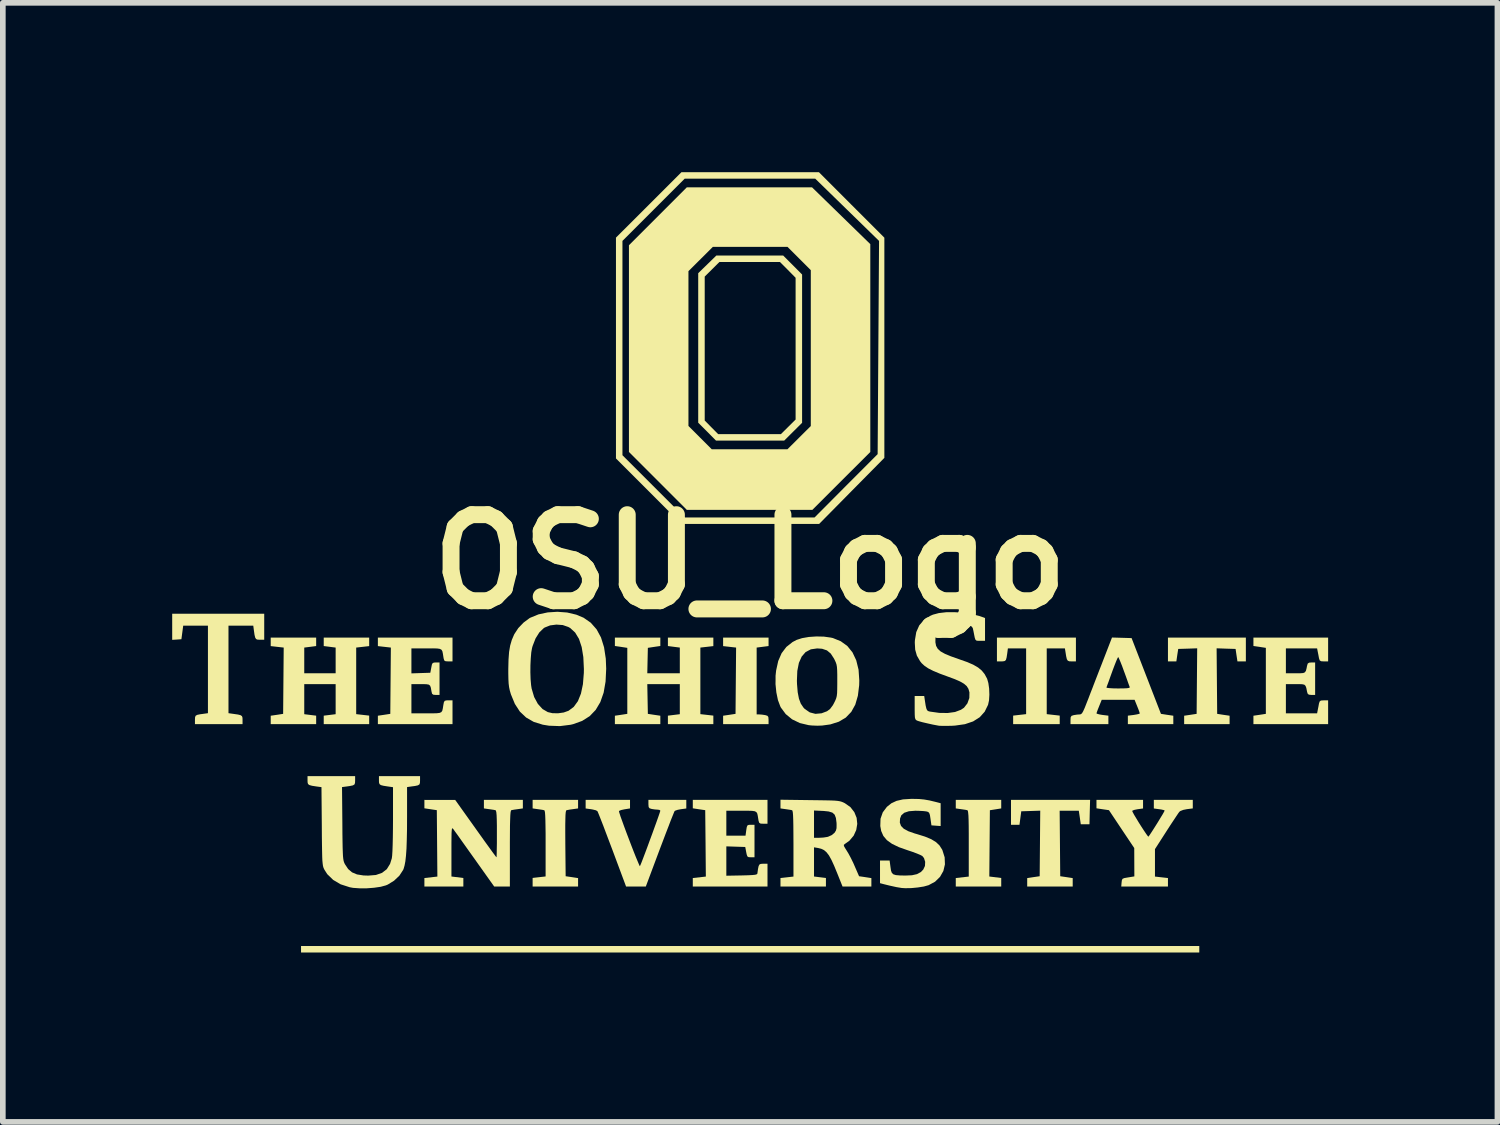
<source format=kicad_pcb>
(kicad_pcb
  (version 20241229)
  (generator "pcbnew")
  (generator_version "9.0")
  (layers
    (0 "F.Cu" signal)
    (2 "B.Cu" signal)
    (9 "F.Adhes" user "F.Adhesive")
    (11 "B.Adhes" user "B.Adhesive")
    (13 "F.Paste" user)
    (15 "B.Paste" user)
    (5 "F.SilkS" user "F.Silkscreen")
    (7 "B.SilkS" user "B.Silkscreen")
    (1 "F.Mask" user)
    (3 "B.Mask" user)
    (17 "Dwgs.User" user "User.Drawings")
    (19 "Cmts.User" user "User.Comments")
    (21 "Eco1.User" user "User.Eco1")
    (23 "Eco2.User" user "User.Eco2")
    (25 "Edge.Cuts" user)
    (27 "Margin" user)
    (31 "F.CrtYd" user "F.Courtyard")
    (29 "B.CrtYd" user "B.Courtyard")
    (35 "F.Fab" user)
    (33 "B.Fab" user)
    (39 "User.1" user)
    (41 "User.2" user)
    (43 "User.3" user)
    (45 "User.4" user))
  (footprint "OSU_Logo"
    (layer "F.Cu")
    (at 10.237 6.901)
    (property "Reference" "OSU_Logo" (at 0 0 0) (layer "F.SilkS") (effects (font (size 1.524 1.524) (thickness 0.3))))
    (attr board_only exclude_from_pos_files exclude_from_bom)
    (fp_poly (pts (xy 7.955 6.92) (xy -7.955 6.92) (xy -7.955 6.805) (xy 7.955 6.805)) (stroke (width 0) (type solid)) (fill yes) (layer "F.SilkS"))
    (fp_poly (pts (xy 0.326 1.492) (xy 0.115 1.519) (xy 0.115 2.703) (xy 0.161 2.703) (xy 0.213 2.707) (xy 0.266 2.715) (xy 0.305 2.727) (xy 0.322 2.749) (xy 0.326 2.796) (xy 0.326 2.801) (xy 0.326 2.875) (xy -0.479 2.875) (xy -0.479 2.726) (xy -0.369 2.71) (xy -0.259 2.693) (xy -0.254 2.106) (xy -0.249 1.519) (xy -0.364 1.506) (xy -0.479 1.493) (xy -0.479 1.342) (xy 0.326 1.342)) (stroke (width 0) (type solid)) (fill yes) (layer "F.SilkS"))
    (fp_poly (pts (xy 6.015 4.433) (xy 6.01 4.649) (xy 5.856 4.649) (xy 5.839 4.529) (xy 5.821 4.409) (xy 5.482 4.409) (xy 5.487 4.989) (xy 5.492 5.569) (xy 5.602 5.585) (xy 5.713 5.602) (xy 5.713 5.751) (xy 4.907 5.751) (xy 4.907 5.602) (xy 5.018 5.585) (xy 5.128 5.569) (xy 5.133 4.988) (xy 5.138 4.408) (xy 4.802 4.419) (xy 4.786 4.538) (xy 4.77 4.658) (xy 4.62 4.658) (xy 4.62 4.217) (xy 6.021 4.217)) (stroke (width 0) (type solid)) (fill yes) (layer "F.SilkS"))
    (fp_poly (pts (xy 8.78 1.764) (xy 8.631 1.764) (xy 8.614 1.653) (xy 8.598 1.543) (xy 8.43 1.538) (xy 8.262 1.532) (xy 8.267 2.113) (xy 8.272 2.693) (xy 8.382 2.71) (xy 8.492 2.726) (xy 8.492 2.875) (xy 7.687 2.875) (xy 7.687 2.726) (xy 7.797 2.71) (xy 7.908 2.693) (xy 7.913 2.113) (xy 7.918 1.532) (xy 7.75 1.538) (xy 7.582 1.543) (xy 7.565 1.653) (xy 7.549 1.764) (xy 7.4 1.764) (xy 7.4 1.342) (xy 8.78 1.342)) (stroke (width 0) (type solid)) (fill yes) (layer "F.SilkS"))
    (fp_poly (pts (xy 0.753 -5.257) (xy 0.92 -5.089) (xy 0.92 -2.462) (xy 0.762 -2.305) (xy 0.603 -2.147) (xy -0.605 -2.147) (xy -0.762 -2.306) (xy -0.92 -2.464) (xy -0.92 -2.503) (xy -0.805 -2.503) (xy -0.686 -2.382) (xy -0.567 -2.262) (xy 0.545 -2.262) (xy 0.675 -2.391) (xy 0.805 -2.52) (xy 0.805 -5.031) (xy 0.667 -5.171) (xy 0.528 -5.31) (xy -0.545 -5.31) (xy -0.805 -5.052) (xy -0.805 -2.503) (xy -0.92 -2.503) (xy -0.92 -5.112) (xy -0.599 -5.425) (xy 0.585 -5.425)) (stroke (width 0) (type solid)) (fill yes) (layer "F.SilkS"))
    (fp_poly (pts (xy 1.797 -6.321) (xy 2.377 -5.741) (xy 2.377 -1.841) (xy 1.799 -1.256) (xy 1.222 -0.671) (xy -1.218 -0.671) (xy -1.797 -1.251) (xy -2.377 -1.831) (xy -2.377 -1.888) (xy -2.262 -1.888) (xy -1.16 -0.786) (xy 1.141 -0.786) (xy 1.699 -1.347) (xy 2.258 -1.907) (xy 2.283 -5.684) (xy 1.718 -6.235) (xy 1.153 -6.786) (xy -1.16 -6.786) (xy -1.711 -6.235) (xy -2.262 -5.684) (xy -2.262 -1.888) (xy -2.377 -1.888) (xy -2.377 -5.742) (xy -1.797 -6.321) (xy -1.217 -6.901) (xy 1.218 -6.901)) (stroke (width 0) (type solid)) (fill yes) (layer "F.SilkS"))
    (fp_poly (pts (xy 2.128 -5.627) (xy 2.128 -1.945) (xy 1.615 -1.433) (xy 1.102 -0.92) (xy -1.122 -0.92) (xy -1.634 -1.433) (xy -2.147 -1.946) (xy -2.147 -2.406) (xy -1.093 -2.406) (xy -0.887 -2.2) (xy -0.681 -1.994) (xy 0.661 -1.994) (xy 0.867 -2.199) (xy 1.074 -2.405) (xy 1.074 -5.166) (xy 0.868 -5.372) (xy 0.662 -5.578) (xy -0.661 -5.578) (xy -0.877 -5.363) (xy -1.093 -5.148) (xy -1.093 -2.406) (xy -2.147 -2.406) (xy -2.147 -5.607) (xy -1.634 -6.12) (xy -1.122 -6.633) (xy 1.096 -6.633)) (stroke (width 0) (type solid)) (fill yes) (layer "F.SilkS"))
    (fp_poly (pts (xy 4.447 4.368) (xy 4.347 4.384) (xy 4.246 4.4) (xy 4.241 4.987) (xy 4.236 5.574) (xy 4.447 5.6) (xy 4.447 5.751) (xy 3.642 5.751) (xy 3.642 5.601) (xy 3.757 5.588) (xy 3.872 5.575) (xy 3.872 4.991) (xy 3.872 4.818) (xy 3.871 4.679) (xy 3.869 4.572) (xy 3.866 4.494) (xy 3.861 4.442) (xy 3.856 4.412) (xy 3.848 4.4) (xy 3.848 4.4) (xy 3.816 4.393) (xy 3.762 4.385) (xy 3.733 4.381) (xy 3.642 4.368) (xy 3.642 4.217) (xy 4.447 4.217)) (stroke (width 0) (type solid)) (fill yes) (layer "F.SilkS"))
    (fp_poly (pts (xy 5.77 1.764) (xy 5.695 1.764) (xy 5.652 1.762) (xy 5.626 1.751) (xy 5.609 1.724) (xy 5.597 1.672) (xy 5.588 1.615) (xy 5.575 1.534) (xy 5.253 1.534) (xy 5.253 2.698) (xy 5.483 2.724) (xy 5.483 2.875) (xy 4.658 2.875) (xy 4.658 2.724) (xy 4.888 2.698) (xy 4.888 1.534) (xy 4.565 1.534) (xy 4.553 1.625) (xy 4.542 1.696) (xy 4.53 1.738) (xy 4.51 1.757) (xy 4.477 1.763) (xy 4.448 1.764) (xy 4.371 1.764) (xy 4.371 1.342) (xy 5.77 1.342)) (stroke (width 0) (type solid)) (fill yes) (layer "F.SilkS"))
    (fp_poly (pts (xy -8.607 1.38) (xy -8.683 1.38) (xy -8.724 1.379) (xy -8.751 1.368) (xy -8.767 1.342) (xy -8.779 1.292) (xy -8.789 1.222) (xy -8.801 1.131) (xy -9.24 1.131) (xy -9.24 2.681) (xy -9.149 2.694) (xy -9.072 2.705) (xy -9.025 2.717) (xy -9.001 2.734) (xy -8.992 2.762) (xy -8.991 2.8) (xy -8.991 2.875) (xy -9.834 2.875) (xy -9.834 2.798) (xy -9.832 2.754) (xy -9.822 2.727) (xy -9.794 2.711) (xy -9.741 2.7) (xy -9.695 2.694) (xy -9.604 2.681) (xy -9.604 1.131) (xy -10.042 1.131) (xy -10.058 1.251) (xy -10.074 1.371) (xy -10.155 1.377) (xy -10.237 1.382) (xy -10.237 0.92) (xy -8.607 0.92)) (stroke (width 0) (type solid)) (fill yes) (layer "F.SilkS"))
    (fp_poly (pts (xy -7.687 1.492) (xy -7.793 1.506) (xy -7.898 1.519) (xy -7.898 1.974) (xy -7.342 1.974) (xy -7.342 1.519) (xy -7.553 1.492) (xy -7.553 1.342) (xy -6.748 1.342) (xy -6.748 1.493) (xy -6.978 1.519) (xy -6.978 2.698) (xy -6.748 2.724) (xy -6.748 2.875) (xy -7.553 2.875) (xy -7.553 2.725) (xy -7.447 2.712) (xy -7.342 2.699) (xy -7.342 2.166) (xy -7.898 2.166) (xy -7.898 2.699) (xy -7.793 2.712) (xy -7.687 2.725) (xy -7.687 2.875) (xy -8.492 2.875) (xy -8.492 2.726) (xy -8.382 2.71) (xy -8.272 2.693) (xy -8.267 2.106) (xy -8.262 1.519) (xy -8.377 1.506) (xy -8.492 1.493) (xy -8.492 1.342) (xy -7.687 1.342)) (stroke (width 0) (type solid)) (fill yes) (layer "F.SilkS"))
    (fp_poly (pts (xy -1.591 1.491) (xy -1.701 1.507) (xy -1.812 1.524) (xy -1.822 1.974) (xy -1.246 1.974) (xy -1.246 1.519) (xy -1.457 1.492) (xy -1.457 1.342) (xy -0.652 1.342) (xy -0.652 1.493) (xy -0.882 1.519) (xy -0.882 2.698) (xy -0.652 2.724) (xy -0.652 2.875) (xy -1.457 2.875) (xy -1.457 2.725) (xy -1.351 2.712) (xy -1.246 2.699) (xy -1.246 2.166) (xy -1.822 2.166) (xy -1.817 2.43) (xy -1.812 2.693) (xy -1.701 2.71) (xy -1.591 2.726) (xy -1.591 2.875) (xy -2.396 2.875) (xy -2.396 2.726) (xy -2.286 2.71) (xy -2.176 2.693) (xy -2.176 1.524) (xy -2.286 1.507) (xy -2.396 1.491) (xy -2.396 1.342) (xy -1.591 1.342)) (stroke (width 0) (type solid)) (fill yes) (layer "F.SilkS"))
    (fp_poly (pts (xy -3.048 4.368) (xy -3.139 4.381) (xy -3.198 4.389) (xy -3.243 4.398) (xy -3.254 4.4) (xy -3.261 4.411) (xy -3.267 4.438) (xy -3.271 4.487) (xy -3.273 4.56) (xy -3.275 4.661) (xy -3.275 4.793) (xy -3.274 4.959) (xy -3.274 4.988) (xy -3.268 5.569) (xy -3.158 5.585) (xy -3.048 5.602) (xy -3.048 5.751) (xy -3.853 5.751) (xy -3.853 5.599) (xy -3.738 5.586) (xy -3.623 5.573) (xy -3.623 4.991) (xy -3.623 4.817) (xy -3.625 4.679) (xy -3.627 4.572) (xy -3.63 4.494) (xy -3.634 4.442) (xy -3.64 4.411) (xy -3.647 4.4) (xy -3.647 4.4) (xy -3.679 4.393) (xy -3.734 4.385) (xy -3.762 4.381) (xy -3.853 4.368) (xy -3.853 4.217) (xy -3.048 4.217)) (stroke (width 0) (type solid)) (fill yes) (layer "F.SilkS"))
    (fp_poly (pts (xy 10.237 1.764) (xy 10.162 1.764) (xy 10.112 1.761) (xy 10.088 1.746) (xy 10.076 1.71) (xy 10.075 1.706) (xy 10.063 1.641) (xy 10.053 1.591) (xy 10.042 1.534) (xy 9.489 1.534) (xy 9.489 1.974) (xy 9.66 1.974) (xy 9.743 1.974) (xy 9.796 1.97) (xy 9.826 1.957) (xy 9.844 1.93) (xy 9.856 1.883) (xy 9.863 1.845) (xy 9.876 1.802) (xy 9.901 1.786) (xy 9.941 1.783) (xy 10.007 1.783) (xy 10.007 2.358) (xy 9.941 2.358) (xy 9.895 2.353) (xy 9.873 2.333) (xy 9.863 2.296) (xy 9.851 2.235) (xy 9.837 2.197) (xy 9.815 2.176) (xy 9.776 2.168) (xy 9.711 2.166) (xy 9.66 2.166) (xy 9.489 2.166) (xy 9.489 2.684) (xy 10.042 2.684) (xy 10.053 2.626) (xy 10.066 2.561) (xy 10.075 2.511) (xy 10.087 2.474) (xy 10.109 2.457) (xy 10.156 2.454) (xy 10.162 2.454) (xy 10.237 2.454) (xy 10.237 2.875) (xy 8.914 2.875) (xy 8.914 2.726) (xy 9.024 2.71) (xy 9.134 2.693) (xy 9.134 1.524) (xy 9.024 1.507) (xy 8.914 1.491) (xy 8.914 1.342) (xy 10.237 1.342)) (stroke (width 0) (type solid)) (fill yes) (layer "F.SilkS"))
    (fp_poly (pts (xy 0.307 4.639) (xy 0.232 4.639) (xy 0.185 4.637) (xy 0.161 4.623) (xy 0.149 4.588) (xy 0.144 4.558) (xy 0.135 4.5) (xy 0.126 4.459) (xy 0.11 4.433) (xy 0.082 4.418) (xy 0.034 4.411) (xy -0.039 4.409) (xy -0.144 4.409) (xy -0.155 4.409) (xy -0.422 4.409) (xy -0.422 4.85) (xy -0.082 4.85) (xy -0.069 4.754) (xy -0.06 4.698) (xy -0.048 4.669) (xy -0.024 4.659) (xy 0.01 4.658) (xy 0.077 4.658) (xy 0.077 5.233) (xy 0.012 5.233) (xy -0.028 5.231) (xy -0.05 5.217) (xy -0.062 5.181) (xy -0.07 5.142) (xy -0.087 5.051) (xy -0.422 5.04) (xy -0.422 5.56) (xy -0.149 5.555) (xy -0.039 5.552) (xy 0.039 5.548) (xy 0.088 5.543) (xy 0.116 5.535) (xy 0.127 5.524) (xy 0.128 5.521) (xy 0.139 5.44) (xy 0.15 5.389) (xy 0.164 5.362) (xy 0.186 5.351) (xy 0.221 5.348) (xy 0.231 5.348) (xy 0.307 5.348) (xy 0.307 5.751) (xy -1.016 5.751) (xy -1.016 5.601) (xy -0.785 5.575) (xy -0.79 4.987) (xy -0.796 4.399) (xy -0.906 4.383) (xy -1.016 4.366) (xy -1.016 4.217) (xy 0.307 4.217)) (stroke (width 0) (type solid)) (fill yes) (layer "F.SilkS"))
    (fp_poly (pts (xy -5.272 1.764) (xy -5.347 1.764) (xy -5.394 1.761) (xy -5.418 1.748) (xy -5.429 1.712) (xy -5.434 1.682) (xy -5.443 1.624) (xy -5.452 1.583) (xy -5.468 1.557) (xy -5.497 1.542) (xy -5.544 1.535) (xy -5.617 1.533) (xy -5.722 1.534) (xy -5.733 1.534) (xy -6 1.534) (xy -6 1.976) (xy -5.665 1.965) (xy -5.648 1.874) (xy -5.637 1.819) (xy -5.622 1.792) (xy -5.595 1.784) (xy -5.567 1.783) (xy -5.502 1.783) (xy -5.502 2.358) (xy -5.568 2.358) (xy -5.612 2.354) (xy -5.634 2.337) (xy -5.645 2.293) (xy -5.646 2.286) (xy -5.656 2.229) (xy -5.669 2.194) (xy -5.693 2.175) (xy -5.735 2.168) (xy -5.805 2.166) (xy -5.837 2.166) (xy -6 2.166) (xy -6 2.684) (xy -5.733 2.684) (xy -5.625 2.684) (xy -5.55 2.682) (xy -5.5 2.676) (xy -5.47 2.662) (xy -5.453 2.637) (xy -5.444 2.598) (xy -5.435 2.541) (xy -5.434 2.535) (xy -5.424 2.484) (xy -5.408 2.461) (xy -5.375 2.454) (xy -5.347 2.454) (xy -5.272 2.454) (xy -5.272 2.875) (xy -6.594 2.875) (xy -6.594 2.726) (xy -6.484 2.71) (xy -6.374 2.693) (xy -6.369 2.106) (xy -6.364 1.519) (xy -6.594 1.493) (xy -6.594 1.342) (xy -5.272 1.342)) (stroke (width 0) (type solid)) (fill yes) (layer "F.SilkS"))
    (fp_poly (pts (xy 6.959 4.369) (xy 6.863 4.382) (xy 6.808 4.393) (xy 6.773 4.406) (xy 6.767 4.414) (xy 6.777 4.437) (xy 6.802 4.483) (xy 6.84 4.546) (xy 6.884 4.619) (xy 6.931 4.693) (xy 6.976 4.762) (xy 7.015 4.82) (xy 7.042 4.857) (xy 7.053 4.869) (xy 7.066 4.853) (xy 7.094 4.812) (xy 7.133 4.752) (xy 7.178 4.681) (xy 7.225 4.606) (xy 7.269 4.533) (xy 7.307 4.471) (xy 7.332 4.426) (xy 7.342 4.405) (xy 7.342 4.405) (xy 7.325 4.397) (xy 7.281 4.387) (xy 7.246 4.382) (xy 7.15 4.369) (xy 7.15 4.217) (xy 7.84 4.217) (xy 7.84 4.368) (xy 7.736 4.381) (xy 7.671 4.394) (xy 7.62 4.414) (xy 7.604 4.426) (xy 7.585 4.451) (xy 7.55 4.503) (xy 7.501 4.577) (xy 7.442 4.666) (xy 7.378 4.765) (xy 7.373 4.773) (xy 7.17 5.089) (xy 7.17 5.575) (xy 7.285 5.588) (xy 7.4 5.601) (xy 7.4 5.751) (xy 6.573 5.751) (xy 6.579 5.679) (xy 6.584 5.639) (xy 6.596 5.615) (xy 6.626 5.602) (xy 6.682 5.592) (xy 6.695 5.59) (xy 6.805 5.572) (xy 6.803 5.07) (xy 6.579 4.735) (xy 6.355 4.399) (xy 6.245 4.383) (xy 6.134 4.366) (xy 6.134 4.217) (xy 6.959 4.217)) (stroke (width 0) (type solid)) (fill yes) (layer "F.SilkS"))
    (fp_poly (pts (xy -4.026 4.368) (xy -4.117 4.381) (xy -4.176 4.389) (xy -4.22 4.397) (xy -4.232 4.4) (xy -4.238 4.411) (xy -4.244 4.44) (xy -4.248 4.49) (xy -4.251 4.565) (xy -4.254 4.667) (xy -4.255 4.799) (xy -4.256 4.965) (xy -4.256 5.079) (xy -4.256 5.751) (xy -4.534 5.751) (xy -4.878 5.267) (xy -4.965 5.145) (xy -5.046 5.031) (xy -5.118 4.93) (xy -5.178 4.845) (xy -5.224 4.782) (xy -5.251 4.744) (xy -5.256 4.737) (xy -5.267 4.724) (xy -5.276 4.72) (xy -5.282 4.729) (xy -5.286 4.756) (xy -5.289 4.804) (xy -5.29 4.877) (xy -5.291 4.981) (xy -5.291 5.118) (xy -5.291 5.574) (xy -5.08 5.6) (xy -5.08 5.751) (xy -5.77 5.751) (xy -5.77 5.601) (xy -5.54 5.575) (xy -5.55 4.399) (xy -5.77 4.366) (xy -5.77 4.217) (xy -5.497 4.218) (xy -5.224 4.218) (xy -4.862 4.726) (xy -4.775 4.848) (xy -4.695 4.96) (xy -4.624 5.058) (xy -4.567 5.137) (xy -4.524 5.195) (xy -4.499 5.228) (xy -4.493 5.233) (xy -4.491 5.215) (xy -4.489 5.164) (xy -4.488 5.086) (xy -4.486 4.986) (xy -4.486 4.869) (xy -4.486 4.821) (xy -4.486 4.676) (xy -4.488 4.566) (xy -4.491 4.487) (xy -4.496 4.436) (xy -4.503 4.408) (xy -4.51 4.4) (xy -4.542 4.393) (xy -4.596 4.385) (xy -4.625 4.381) (xy -4.716 4.368) (xy -4.716 4.217) (xy -4.026 4.217)) (stroke (width 0) (type solid)) (fill yes) (layer "F.SilkS"))
    (fp_poly (pts (xy -2.128 4.368) (xy -2.227 4.384) (xy -2.283 4.396) (xy -2.318 4.41) (xy -2.324 4.419) (xy -2.316 4.449) (xy -2.297 4.508) (xy -2.268 4.588) (xy -2.233 4.685) (xy -2.193 4.793) (xy -2.15 4.906) (xy -2.107 5.019) (xy -2.065 5.127) (xy -2.027 5.223) (xy -1.994 5.302) (xy -1.97 5.359) (xy -1.956 5.389) (xy -1.953 5.391) (xy -1.943 5.37) (xy -1.922 5.319) (xy -1.893 5.243) (xy -1.857 5.148) (xy -1.817 5.041) (xy -1.775 4.926) (xy -1.732 4.81) (xy -1.692 4.699) (xy -1.655 4.597) (xy -1.625 4.512) (xy -1.603 4.448) (xy -1.592 4.413) (xy -1.591 4.407) (xy -1.607 4.394) (xy -1.637 4.39) (xy -1.689 4.386) (xy -1.742 4.378) (xy -1.781 4.366) (xy -1.798 4.344) (xy -1.802 4.297) (xy -1.802 4.292) (xy -1.802 4.217) (xy -1.131 4.217) (xy -1.131 4.369) (xy -1.227 4.382) (xy -1.285 4.393) (xy -1.328 4.408) (xy -1.339 4.416) (xy -1.349 4.439) (xy -1.371 4.493) (xy -1.404 4.575) (xy -1.444 4.68) (xy -1.492 4.804) (xy -1.545 4.944) (xy -1.602 5.094) (xy -1.848 5.751) (xy -2.198 5.751) (xy -2.443 5.094) (xy -2.5 4.944) (xy -2.553 4.804) (xy -2.6 4.679) (xy -2.641 4.574) (xy -2.673 4.493) (xy -2.695 4.439) (xy -2.706 4.416) (xy -2.733 4.401) (xy -2.785 4.388) (xy -2.818 4.382) (xy -2.914 4.369) (xy -2.914 4.217) (xy -2.128 4.217)) (stroke (width 0) (type solid)) (fill yes) (layer "F.SilkS"))
    (fp_poly (pts (xy 1.306 1.325) (xy 1.428 1.342) (xy 1.465 1.35) (xy 1.605 1.407) (xy 1.722 1.492) (xy 1.813 1.605) (xy 1.879 1.745) (xy 1.92 1.911) (xy 1.933 2.101) (xy 1.931 2.185) (xy 1.908 2.372) (xy 1.862 2.53) (xy 1.791 2.658) (xy 1.694 2.759) (xy 1.571 2.832) (xy 1.42 2.88) (xy 1.275 2.9) (xy 1.189 2.903) (xy 1.092 2.899) (xy 1.036 2.893) (xy 0.88 2.856) (xy 0.743 2.79) (xy 0.63 2.697) (xy 0.544 2.581) (xy 0.533 2.559) (xy 0.492 2.449) (xy 0.464 2.314) (xy 0.449 2.166) (xy 0.45 2.108) (xy 0.828 2.108) (xy 0.83 2.166) (xy 0.842 2.31) (xy 0.864 2.424) (xy 0.897 2.512) (xy 0.945 2.583) (xy 0.967 2.606) (xy 1.056 2.667) (xy 1.156 2.693) (xy 1.265 2.683) (xy 1.361 2.647) (xy 1.415 2.607) (xy 1.465 2.54) (xy 1.486 2.501) (xy 1.508 2.456) (xy 1.524 2.417) (xy 1.534 2.377) (xy 1.54 2.326) (xy 1.542 2.257) (xy 1.543 2.161) (xy 1.543 2.109) (xy 1.543 1.999) (xy 1.541 1.919) (xy 1.537 1.861) (xy 1.529 1.817) (xy 1.516 1.779) (xy 1.497 1.738) (xy 1.486 1.716) (xy 1.428 1.626) (xy 1.36 1.569) (xy 1.274 1.54) (xy 1.187 1.534) (xy 1.075 1.55) (xy 0.983 1.598) (xy 0.913 1.678) (xy 0.863 1.79) (xy 0.835 1.933) (xy 0.828 2.108) (xy 0.45 2.108) (xy 0.45 2.017) (xy 0.46 1.925) (xy 0.497 1.757) (xy 0.557 1.619) (xy 0.641 1.508) (xy 0.751 1.421) (xy 0.823 1.383) (xy 0.919 1.352) (xy 1.04 1.331) (xy 1.173 1.322)) (stroke (width 0) (type solid)) (fill yes) (layer "F.SilkS"))
    (fp_poly (pts (xy 6.582 1.346) (xy 6.756 1.351) (xy 7.016 2.022) (xy 7.276 2.693) (xy 7.386 2.71) (xy 7.495 2.726) (xy 7.495 2.875) (xy 6.69 2.875) (xy 6.69 2.725) (xy 6.796 2.712) (xy 6.853 2.702) (xy 6.892 2.692) (xy 6.901 2.685) (xy 6.894 2.661) (xy 6.877 2.613) (xy 6.855 2.558) (xy 6.809 2.444) (xy 6.227 2.444) (xy 6.181 2.558) (xy 6.157 2.618) (xy 6.14 2.665) (xy 6.134 2.685) (xy 6.152 2.694) (xy 6.196 2.705) (xy 6.24 2.712) (xy 6.345 2.725) (xy 6.345 2.875) (xy 5.674 2.875) (xy 5.674 2.801) (xy 5.677 2.752) (xy 5.693 2.728) (xy 5.73 2.716) (xy 5.734 2.715) (xy 5.792 2.706) (xy 5.838 2.703) (xy 5.858 2.699) (xy 5.878 2.682) (xy 5.899 2.646) (xy 5.926 2.586) (xy 5.961 2.497) (xy 5.991 2.421) (xy 6.031 2.316) (xy 6.066 2.227) (xy 6.31 2.227) (xy 6.325 2.233) (xy 6.371 2.238) (xy 6.441 2.242) (xy 6.518 2.243) (xy 6.614 2.242) (xy 6.677 2.239) (xy 6.712 2.233) (xy 6.724 2.223) (xy 6.723 2.218) (xy 6.713 2.192) (xy 6.693 2.137) (xy 6.666 2.06) (xy 6.633 1.969) (xy 6.622 1.94) (xy 6.589 1.849) (xy 6.559 1.773) (xy 6.535 1.717) (xy 6.521 1.689) (xy 6.519 1.687) (xy 6.508 1.704) (xy 6.487 1.751) (xy 6.459 1.821) (xy 6.426 1.908) (xy 6.411 1.949) (xy 6.377 2.043) (xy 6.348 2.125) (xy 6.325 2.186) (xy 6.312 2.222) (xy 6.31 2.227) (xy 6.066 2.227) (xy 6.079 2.192) (xy 6.132 2.055) (xy 6.187 1.913) (xy 6.225 1.816) (xy 6.409 1.341)) (stroke (width 0) (type solid)) (fill yes) (layer "F.SilkS"))
    (fp_poly (pts (xy 1.06 4.221) (xy 1.215 4.223) (xy 1.337 4.225) (xy 1.431 4.227) (xy 1.501 4.23) (xy 1.553 4.235) (xy 1.592 4.242) (xy 1.623 4.251) (xy 1.65 4.262) (xy 1.678 4.276) (xy 1.776 4.345) (xy 1.845 4.434) (xy 1.886 4.535) (xy 1.897 4.642) (xy 1.879 4.75) (xy 1.833 4.851) (xy 1.758 4.94) (xy 1.674 5) (xy 1.659 5.014) (xy 1.662 5.036) (xy 1.684 5.075) (xy 1.705 5.108) (xy 1.74 5.165) (xy 1.783 5.245) (xy 1.827 5.335) (xy 1.848 5.383) (xy 1.929 5.569) (xy 2.038 5.585) (xy 2.147 5.602) (xy 2.147 5.751) (xy 1.636 5.751) (xy 1.546 5.526) (xy 1.489 5.387) (xy 1.44 5.28) (xy 1.396 5.201) (xy 1.353 5.145) (xy 1.309 5.107) (xy 1.259 5.083) (xy 1.203 5.069) (xy 1.131 5.057) (xy 1.131 5.574) (xy 1.342 5.6) (xy 1.342 5.751) (xy 0.537 5.751) (xy 0.537 5.601) (xy 0.652 5.588) (xy 0.767 5.575) (xy 0.767 4.991) (xy 0.766 4.818) (xy 0.765 4.679) (xy 0.763 4.572) (xy 0.76 4.494) (xy 0.756 4.442) (xy 0.75 4.412) (xy 0.746 4.405) (xy 1.131 4.405) (xy 1.131 4.888) (xy 1.222 4.888) (xy 1.296 4.884) (xy 1.367 4.873) (xy 1.384 4.868) (xy 1.444 4.841) (xy 1.493 4.801) (xy 1.496 4.797) (xy 1.519 4.76) (xy 1.53 4.718) (xy 1.531 4.658) (xy 1.53 4.624) (xy 1.519 4.538) (xy 1.497 4.479) (xy 1.456 4.442) (xy 1.39 4.422) (xy 1.294 4.412) (xy 1.284 4.412) (xy 1.131 4.405) (xy 0.746 4.405) (xy 0.743 4.4) (xy 0.743 4.4) (xy 0.71 4.393) (xy 0.656 4.385) (xy 0.628 4.381) (xy 0.537 4.368) (xy 0.537 4.214)) (stroke (width 0) (type solid)) (fill yes) (layer "F.SilkS"))
    (fp_poly (pts (xy -3.241 0.898) (xy -3.08 0.936) (xy -2.951 0.99) (xy -2.823 1.079) (xy -2.72 1.196) (xy -2.642 1.34) (xy -2.588 1.513) (xy -2.557 1.716) (xy -2.55 1.894) (xy -2.561 2.121) (xy -2.595 2.317) (xy -2.654 2.485) (xy -2.736 2.623) (xy -2.843 2.734) (xy -2.976 2.818) (xy -3.134 2.875) (xy -3.18 2.886) (xy -3.369 2.91) (xy -3.562 2.903) (xy -3.673 2.885) (xy -3.834 2.835) (xy -3.968 2.758) (xy -4.079 2.653) (xy -4.167 2.518) (xy -4.236 2.351) (xy -4.24 2.339) (xy -4.258 2.277) (xy -4.27 2.219) (xy -4.278 2.155) (xy -4.282 2.078) (xy -4.284 1.976) (xy -4.284 1.959) (xy -3.893 1.959) (xy -3.889 2.08) (xy -3.88 2.184) (xy -3.871 2.243) (xy -3.826 2.395) (xy -3.76 2.517) (xy -3.677 2.608) (xy -3.584 2.662) (xy -3.502 2.681) (xy -3.403 2.683) (xy -3.303 2.669) (xy -3.221 2.64) (xy -3.219 2.64) (xy -3.125 2.57) (xy -3.051 2.468) (xy -2.997 2.334) (xy -2.962 2.168) (xy -2.946 1.969) (xy -2.945 1.898) (xy -2.955 1.687) (xy -2.984 1.51) (xy -3.032 1.365) (xy -3.1 1.253) (xy -3.187 1.173) (xy -3.221 1.154) (xy -3.32 1.12) (xy -3.432 1.112) (xy -3.543 1.126) (xy -3.639 1.164) (xy -3.656 1.175) (xy -3.734 1.25) (xy -3.801 1.357) (xy -3.853 1.491) (xy -3.863 1.525) (xy -3.877 1.604) (xy -3.886 1.71) (xy -3.892 1.832) (xy -3.893 1.959) (xy -4.284 1.959) (xy -4.284 1.898) (xy -4.28 1.732) (xy -4.27 1.597) (xy -4.251 1.484) (xy -4.222 1.384) (xy -4.182 1.291) (xy -4.176 1.279) (xy -4.107 1.174) (xy -4.013 1.076) (xy -3.908 0.998) (xy -3.893 0.99) (xy -3.749 0.931) (xy -3.586 0.896) (xy -3.414 0.885)) (stroke (width 0) (type solid)) (fill yes) (layer "F.SilkS"))
    (fp_poly (pts (xy 2.989 4.201) (xy 3.081 4.21) (xy 3.174 4.226) (xy 3.286 4.253) (xy 3.302 4.257) (xy 3.374 4.276) (xy 3.374 4.68) (xy 3.292 4.674) (xy 3.211 4.668) (xy 3.194 4.55) (xy 3.184 4.485) (xy 3.171 4.448) (xy 3.152 4.43) (xy 3.121 4.421) (xy 3.12 4.421) (xy 3.071 4.415) (xy 3 4.411) (xy 2.926 4.409) (xy 2.811 4.418) (xy 2.729 4.445) (xy 2.677 4.49) (xy 2.655 4.547) (xy 2.651 4.619) (xy 2.672 4.678) (xy 2.721 4.728) (xy 2.802 4.772) (xy 2.916 4.812) (xy 2.952 4.822) (xy 3.096 4.867) (xy 3.207 4.913) (xy 3.291 4.964) (xy 3.353 5.023) (xy 3.399 5.095) (xy 3.405 5.107) (xy 3.445 5.234) (xy 3.45 5.359) (xy 3.422 5.476) (xy 3.363 5.58) (xy 3.275 5.666) (xy 3.16 5.728) (xy 3.159 5.728) (xy 3.077 5.751) (xy 2.97 5.768) (xy 2.856 5.779) (xy 2.748 5.781) (xy 2.684 5.777) (xy 2.592 5.762) (xy 2.47 5.735) (xy 2.372 5.711) (xy 2.3 5.692) (xy 2.3 5.291) (xy 2.47 5.291) (xy 2.486 5.41) (xy 2.495 5.47) (xy 2.51 5.51) (xy 2.536 5.535) (xy 2.581 5.549) (xy 2.651 5.555) (xy 2.747 5.557) (xy 2.865 5.552) (xy 2.955 5.532) (xy 3.023 5.495) (xy 3.066 5.451) (xy 3.096 5.387) (xy 3.1 5.314) (xy 3.079 5.247) (xy 3.048 5.21) (xy 3.014 5.192) (xy 2.952 5.166) (xy 2.871 5.136) (xy 2.79 5.109) (xy 2.634 5.054) (xy 2.512 4.995) (xy 2.422 4.93) (xy 2.359 4.855) (xy 2.321 4.768) (xy 2.305 4.68) (xy 2.309 4.551) (xy 2.349 4.437) (xy 2.422 4.34) (xy 2.501 4.277) (xy 2.593 4.234) (xy 2.707 4.208) (xy 2.849 4.199) (xy 2.884 4.199)) (stroke (width 0) (type solid)) (fill yes) (layer "F.SilkS"))
    (fp_poly (pts (xy -6.997 3.873) (xy -6.999 3.917) (xy -7.009 3.944) (xy -7.037 3.96) (xy -7.089 3.971) (xy -7.137 3.978) (xy -7.229 3.99) (xy -7.223 4.636) (xy -7.222 4.811) (xy -7.22 4.952) (xy -7.218 5.063) (xy -7.215 5.148) (xy -7.212 5.213) (xy -7.207 5.261) (xy -7.201 5.296) (xy -7.193 5.322) (xy -7.183 5.345) (xy -7.176 5.358) (xy -7.12 5.442) (xy -7.052 5.5) (xy -6.964 5.537) (xy -6.851 5.555) (xy -6.766 5.558) (xy -6.629 5.547) (xy -6.52 5.509) (xy -6.436 5.444) (xy -6.378 5.35) (xy -6.347 5.251) (xy -6.341 5.204) (xy -6.336 5.123) (xy -6.332 5.013) (xy -6.329 4.879) (xy -6.327 4.724) (xy -6.326 4.573) (xy -6.326 3.992) (xy -6.417 3.979) (xy -6.494 3.967) (xy -6.541 3.955) (xy -6.565 3.937) (xy -6.574 3.908) (xy -6.575 3.871) (xy -6.575 3.796) (xy -5.847 3.796) (xy -5.847 3.873) (xy -5.849 3.917) (xy -5.859 3.944) (xy -5.887 3.96) (xy -5.939 3.971) (xy -5.986 3.977) (xy -6.077 3.99) (xy -6.077 4.52) (xy -6.078 4.741) (xy -6.082 4.926) (xy -6.087 5.08) (xy -6.096 5.205) (xy -6.107 5.304) (xy -6.122 5.382) (xy -6.139 5.44) (xy -6.147 5.458) (xy -6.213 5.559) (xy -6.307 5.648) (xy -6.417 5.716) (xy -6.452 5.731) (xy -6.544 5.756) (xy -6.661 5.773) (xy -6.791 5.783) (xy -6.919 5.783) (xy -7.034 5.775) (xy -7.093 5.764) (xy -7.254 5.712) (xy -7.386 5.634) (xy -7.49 5.533) (xy -7.54 5.455) (xy -7.551 5.433) (xy -7.56 5.41) (xy -7.567 5.382) (xy -7.572 5.344) (xy -7.577 5.293) (xy -7.58 5.224) (xy -7.582 5.133) (xy -7.584 5.016) (xy -7.586 4.869) (xy -7.587 4.688) (xy -7.587 4.684) (xy -7.593 3.991) (xy -7.683 3.979) (xy -7.76 3.967) (xy -7.807 3.954) (xy -7.831 3.936) (xy -7.839 3.907) (xy -7.84 3.871) (xy -7.84 3.796) (xy -6.997 3.796)) (stroke (width 0) (type solid)) (fill yes) (layer "F.SilkS"))
    (fp_poly (pts (xy 3.772 0.902) (xy 3.921 0.925) (xy 4.058 0.959) (xy 4.107 0.976) (xy 4.16 0.996) (xy 4.16 1.399) (xy 4.074 1.399) (xy 4.033 1.399) (xy 4.007 1.395) (xy 3.99 1.379) (xy 3.978 1.344) (xy 3.966 1.284) (xy 3.955 1.227) (xy 3.943 1.174) (xy 3.924 1.146) (xy 3.889 1.133) (xy 3.863 1.128) (xy 3.805 1.121) (xy 3.725 1.116) (xy 3.641 1.113) (xy 3.637 1.113) (xy 3.509 1.12) (xy 3.412 1.144) (xy 3.345 1.188) (xy 3.303 1.253) (xy 3.283 1.342) (xy 3.282 1.349) (xy 3.281 1.425) (xy 3.293 1.488) (xy 3.322 1.54) (xy 3.373 1.587) (xy 3.45 1.63) (xy 3.556 1.674) (xy 3.694 1.723) (xy 3.839 1.774) (xy 3.951 1.822) (xy 4.037 1.872) (xy 4.102 1.926) (xy 4.153 1.989) (xy 4.194 2.065) (xy 4.197 2.07) (xy 4.219 2.147) (xy 4.233 2.246) (xy 4.237 2.353) (xy 4.231 2.454) (xy 4.214 2.532) (xy 4.154 2.655) (xy 4.066 2.753) (xy 3.949 2.827) (xy 3.804 2.876) (xy 3.628 2.901) (xy 3.576 2.904) (xy 3.488 2.906) (xy 3.411 2.906) (xy 3.354 2.904) (xy 3.336 2.902) (xy 3.235 2.883) (xy 3.137 2.861) (xy 3.051 2.841) (xy 2.987 2.823) (xy 2.958 2.813) (xy 2.938 2.802) (xy 2.926 2.785) (xy 2.918 2.756) (xy 2.915 2.706) (xy 2.914 2.628) (xy 2.914 2.585) (xy 2.914 2.377) (xy 3.083 2.377) (xy 3.095 2.459) (xy 3.108 2.543) (xy 3.12 2.596) (xy 3.133 2.627) (xy 3.151 2.643) (xy 3.177 2.651) (xy 3.186 2.653) (xy 3.35 2.676) (xy 3.499 2.678) (xy 3.629 2.66) (xy 3.733 2.621) (xy 3.787 2.585) (xy 3.848 2.507) (xy 3.882 2.412) (xy 3.884 2.313) (xy 3.882 2.306) (xy 3.866 2.25) (xy 3.836 2.202) (xy 3.788 2.16) (xy 3.717 2.119) (xy 3.618 2.076) (xy 3.507 2.035) (xy 3.36 1.981) (xy 3.245 1.933) (xy 3.156 1.888) (xy 3.088 1.842) (xy 3.036 1.794) (xy 3.009 1.759) (xy 2.953 1.662) (xy 2.923 1.556) (xy 2.916 1.43) (xy 2.918 1.39) (xy 2.942 1.245) (xy 2.995 1.126) (xy 3.077 1.03) (xy 3.19 0.957) (xy 3.237 0.936) (xy 3.342 0.908) (xy 3.472 0.893) (xy 3.619 0.892)) (stroke (width 0) (type solid)) (fill yes) (layer "F.SilkS")))
  (gr_rect
    (start -3 -3)
    (end 23.473 16.821)
    (stroke (width 0.1) (type default))
    (fill no)
    (layer "Edge.Cuts")))
</source>
